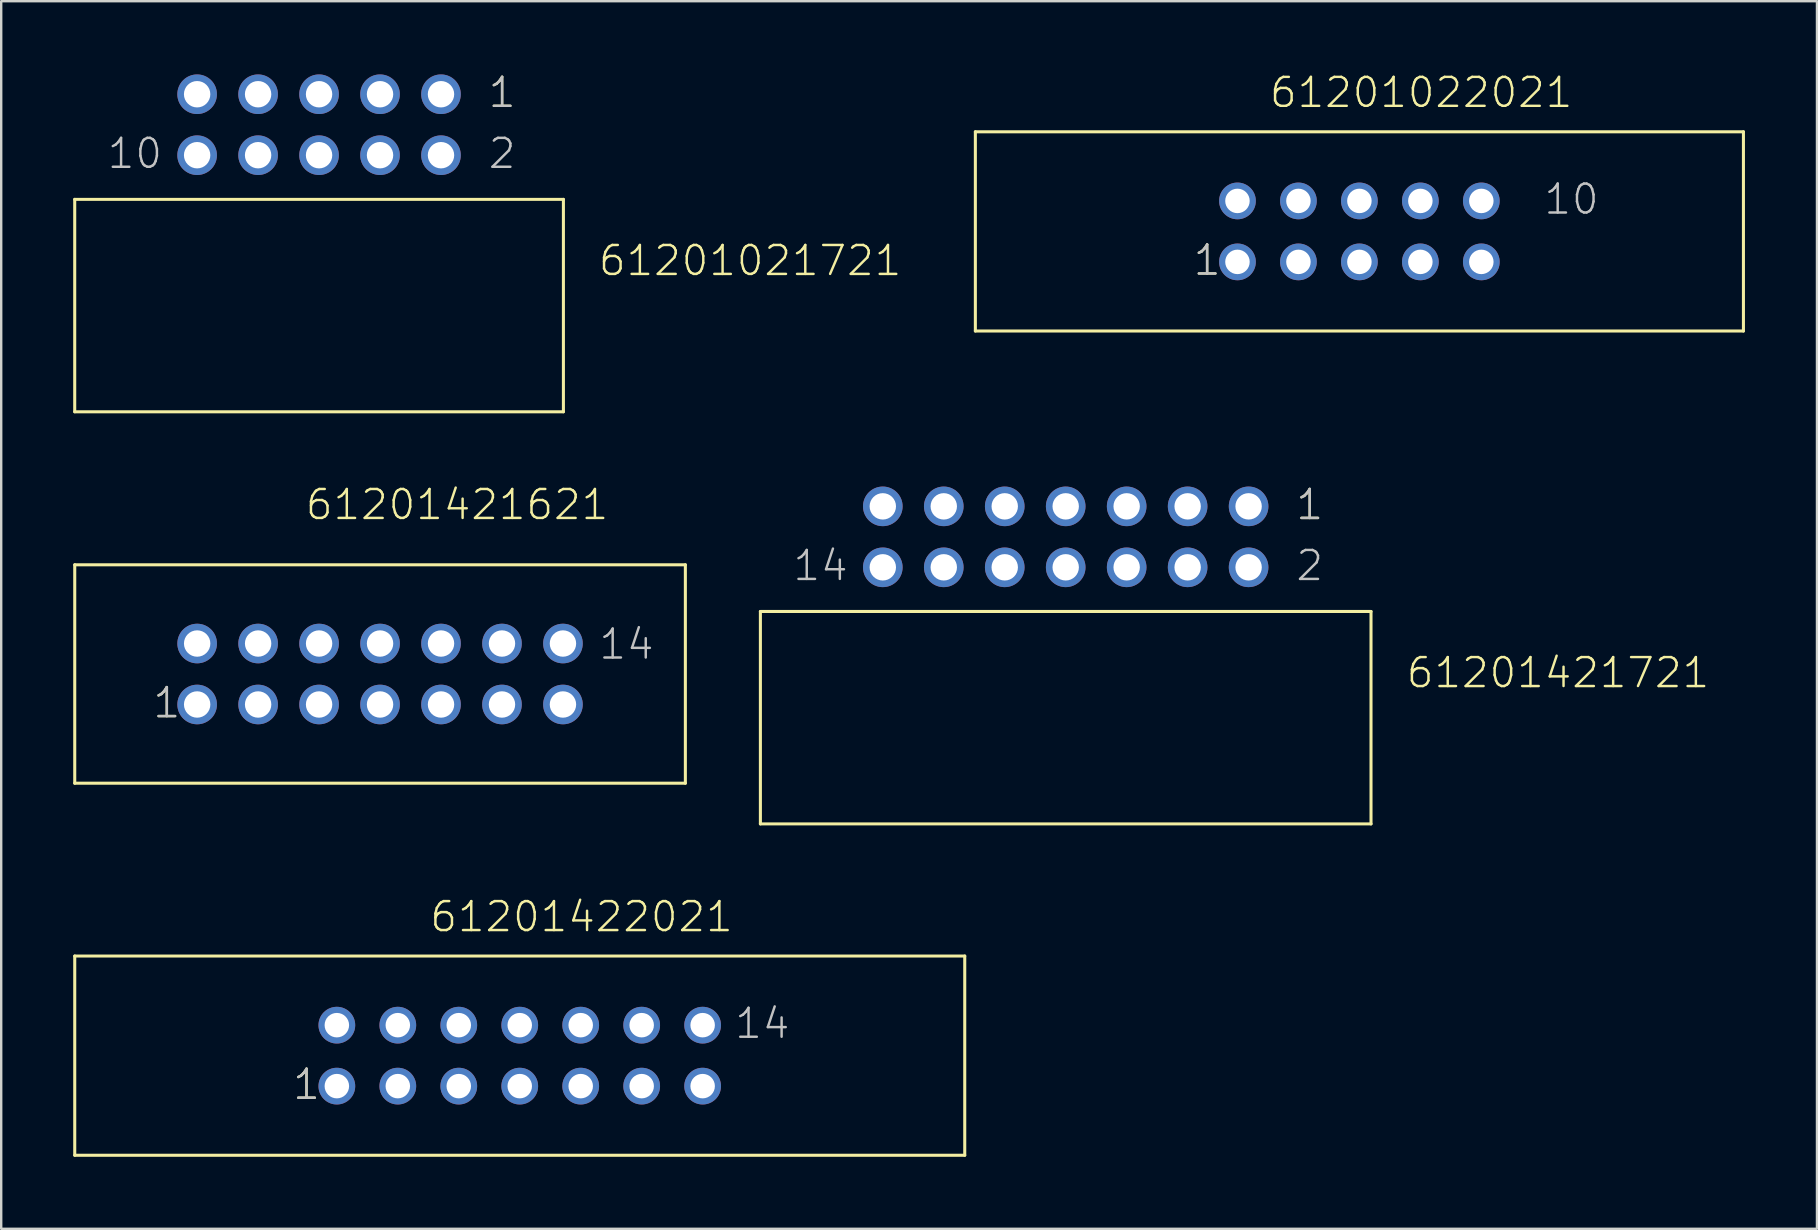
<source format=kicad_pcb>
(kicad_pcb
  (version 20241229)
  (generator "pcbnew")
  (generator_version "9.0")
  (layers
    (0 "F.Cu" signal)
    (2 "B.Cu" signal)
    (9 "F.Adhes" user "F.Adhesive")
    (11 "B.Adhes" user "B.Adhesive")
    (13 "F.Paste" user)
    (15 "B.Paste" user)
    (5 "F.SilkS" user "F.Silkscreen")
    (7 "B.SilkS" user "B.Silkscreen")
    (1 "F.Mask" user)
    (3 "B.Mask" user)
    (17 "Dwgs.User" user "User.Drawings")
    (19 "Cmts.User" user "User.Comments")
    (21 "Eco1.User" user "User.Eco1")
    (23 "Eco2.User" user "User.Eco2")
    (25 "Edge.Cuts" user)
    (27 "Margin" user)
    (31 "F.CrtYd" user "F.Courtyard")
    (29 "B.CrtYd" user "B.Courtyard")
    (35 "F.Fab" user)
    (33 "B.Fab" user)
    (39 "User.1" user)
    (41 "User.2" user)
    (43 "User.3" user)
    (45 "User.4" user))
  (footprint "61201022021"
    (layer "F.Cu")
    (at 53.586 6.591)
    (property "Reference" "61201022021" (at -3.81 -5.08 0) (layer "F.SilkS") (effects (font (size 1.206 1.206) (thickness 0.102)) (justify left bottom)))
    (attr through_hole)
    (fp_line (start -16 -4.15) (end 16 -4.15) (stroke (width 0.127) (type solid)) (layer "F.SilkS"))
    (fp_line (start -16 4.15) (end -16 -4.15) (stroke (width 0.127) (type solid)) (layer "F.SilkS"))
    (fp_line (start 16 -4.15) (end 16 4.15) (stroke (width 0.127) (type solid)) (layer "F.SilkS"))
    (fp_line (start 16 4.15) (end -16 4.15) (stroke (width 0.127) (type solid)) (layer "F.SilkS"))
    (fp_text user "1" (at -6.985 1.905 0) (layer "F.SilkS") (effects (font (size 1.206 1.206) (thickness 0.102)) (justify left bottom)))
    (fp_text user "10" (at 7.62 -0.635 0) (layer "Dwgs.User") (effects (font (size 1.206 1.206) (thickness 0.102)) (justify left bottom)))
    (fp_text user "1" (at -6.985 1.905 0) (layer "Dwgs.User") (effects (font (size 1.206 1.206) (thickness 0.102)) (justify left bottom)))
    (pad "1" thru_hole circle (at -5.08 1.27 180) (size 1.53 1.53) (drill 1.02) (layers "*.Cu" "*.Mask"))
    (pad "2" thru_hole circle (at -5.08 -1.27 180) (size 1.53 1.53) (drill 1.02) (layers "*.Cu" "*.Mask"))
    (pad "3" thru_hole circle (at -2.54 1.27 180) (size 1.53 1.53) (drill 1.02) (layers "*.Cu" "*.Mask"))
    (pad "4" thru_hole circle (at -2.54 -1.27 180) (size 1.53 1.53) (drill 1.02) (layers "*.Cu" "*.Mask"))
    (pad "5" thru_hole circle (at 0 1.27 180) (size 1.53 1.53) (drill 1.02) (layers "*.Cu" "*.Mask"))
    (pad "6" thru_hole circle (at 0 -1.27 180) (size 1.53 1.53) (drill 1.02) (layers "*.Cu" "*.Mask"))
    (pad "7" thru_hole circle (at 2.54 1.27 180) (size 1.53 1.53) (drill 1.02) (layers "*.Cu" "*.Mask"))
    (pad "8" thru_hole circle (at 2.54 -1.27 180) (size 1.53 1.53) (drill 1.02) (layers "*.Cu" "*.Mask"))
    (pad "9" thru_hole circle (at 5.08 1.27 180) (size 1.53 1.53) (drill 1.02) (layers "*.Cu" "*.Mask"))
    (pad "10" thru_hole circle (at 5.08 -1.27 180) (size 1.53 1.53) (drill 1.02) (layers "*.Cu" "*.Mask")))
  (footprint "61201422021"
    (layer "F.Cu")
    (at 18.604 40.931)
    (property "Reference" "61201422021" (at -3.81 -5.08 0) (layer "F.SilkS") (effects (font (size 1.206 1.206) (thickness 0.102)) (justify left bottom)))
    (attr through_hole)
    (fp_line (start -18.54 -4.15) (end 18.54 -4.15) (stroke (width 0.127) (type solid)) (layer "F.SilkS"))
    (fp_line (start -18.54 4.15) (end -18.54 -4.15) (stroke (width 0.127) (type solid)) (layer "F.SilkS"))
    (fp_line (start 18.54 -4.15) (end 18.54 4.15) (stroke (width 0.127) (type solid)) (layer "F.SilkS"))
    (fp_line (start 18.54 4.15) (end -18.54 4.15) (stroke (width 0.127) (type solid)) (layer "F.SilkS"))
    (fp_text user "1" (at -9.525 1.905 0) (layer "F.SilkS") (effects (font (size 1.206 1.206) (thickness 0.102)) (justify left bottom)))
    (fp_text user "1" (at -9.525 1.905 0) (layer "Dwgs.User") (effects (font (size 1.206 1.206) (thickness 0.102)) (justify left bottom)))
    (fp_text user "14" (at 8.89 -0.635 0) (layer "Dwgs.User") (effects (font (size 1.206 1.206) (thickness 0.102)) (justify left bottom)))
    (pad "1" thru_hole circle (at -7.62 1.27 180) (size 1.53 1.53) (drill 1.02) (layers "*.Cu" "*.Mask"))
    (pad "2" thru_hole circle (at -7.62 -1.27 180) (size 1.53 1.53) (drill 1.02) (layers "*.Cu" "*.Mask"))
    (pad "3" thru_hole circle (at -5.08 1.27 180) (size 1.53 1.53) (drill 1.02) (layers "*.Cu" "*.Mask"))
    (pad "4" thru_hole circle (at -5.08 -1.27 180) (size 1.53 1.53) (drill 1.02) (layers "*.Cu" "*.Mask"))
    (pad "5" thru_hole circle (at -2.54 1.27 180) (size 1.53 1.53) (drill 1.02) (layers "*.Cu" "*.Mask"))
    (pad "6" thru_hole circle (at -2.54 -1.27 180) (size 1.53 1.53) (drill 1.02) (layers "*.Cu" "*.Mask"))
    (pad "7" thru_hole circle (at 0 1.27 180) (size 1.53 1.53) (drill 1.02) (layers "*.Cu" "*.Mask"))
    (pad "8" thru_hole circle (at 0 -1.27 180) (size 1.53 1.53) (drill 1.02) (layers "*.Cu" "*.Mask"))
    (pad "9" thru_hole circle (at 2.54 1.27 180) (size 1.53 1.53) (drill 1.02) (layers "*.Cu" "*.Mask"))
    (pad "10" thru_hole circle (at 2.54 -1.27 180) (size 1.53 1.53) (drill 1.02) (layers "*.Cu" "*.Mask"))
    (pad "11" thru_hole circle (at 5.08 1.27 180) (size 1.53 1.53) (drill 1.02) (layers "*.Cu" "*.Mask"))
    (pad "12" thru_hole circle (at 5.08 -1.27 180) (size 1.53 1.53) (drill 1.02) (layers "*.Cu" "*.Mask"))
    (pad "13" thru_hole circle (at 7.62 1.27 180) (size 1.53 1.53) (drill 1.02) (layers "*.Cu" "*.Mask"))
    (pad "14" thru_hole circle (at 7.62 -1.27 180) (size 1.53 1.53) (drill 1.02) (layers "*.Cu" "*.Mask")))
  (footprint "61201021721"
    (layer "F.Cu")
    (at 10.243 2.146)
    (property "Reference" "61201021721" (at 11.576 6.368 0) (layer "F.SilkS") (effects (font (size 1.206 1.206) (thickness 0.102)) (justify left bottom)))
    (attr through_hole)
    (fp_line (start -10.18 3.11) (end 10.18 3.11) (stroke (width 0.127) (type solid)) (layer "F.SilkS"))
    (fp_line (start -10.18 11.96) (end -10.18 3.11) (stroke (width 0.127) (type solid)) (layer "F.SilkS"))
    (fp_line (start 10.18 3.11) (end 10.18 11.96) (stroke (width 0.127) (type solid)) (layer "F.SilkS"))
    (fp_line (start 10.18 11.96) (end -10.18 11.96) (stroke (width 0.127) (type solid)) (layer "F.SilkS"))
    (fp_text user "1" (at 6.985 -0.635 0) (layer "F.SilkS") (effects (font (size 1.206 1.206) (thickness 0.102)) (justify left bottom)))
    (fp_text user "2" (at 6.985 1.905 0) (layer "Dwgs.User") (effects (font (size 1.206 1.206) (thickness 0.102)) (justify left bottom)))
    (fp_text user "10" (at -8.89 1.905 0) (layer "Dwgs.User") (effects (font (size 1.206 1.206) (thickness 0.102)) (justify left bottom)))
    (fp_text user "1" (at 6.985 -0.635 0) (layer "Dwgs.User") (effects (font (size 1.206 1.206) (thickness 0.102)) (justify left bottom)))
    (pad "1" thru_hole circle (at 5.08 -1.27) (size 1.65 1.65) (drill 1.1) (layers "*.Cu" "*.Mask"))
    (pad "2" thru_hole circle (at 5.08 1.27) (size 1.65 1.65) (drill 1.1) (layers "*.Cu" "*.Mask"))
    (pad "3" thru_hole circle (at 2.54 -1.27) (size 1.65 1.65) (drill 1.1) (layers "*.Cu" "*.Mask"))
    (pad "4" thru_hole circle (at 2.54 1.27) (size 1.65 1.65) (drill 1.1) (layers "*.Cu" "*.Mask"))
    (pad "5" thru_hole circle (at 0 -1.27) (size 1.65 1.65) (drill 1.1) (layers "*.Cu" "*.Mask"))
    (pad "6" thru_hole circle (at 0 1.27) (size 1.65 1.65) (drill 1.1) (layers "*.Cu" "*.Mask"))
    (pad "7" thru_hole circle (at -2.54 -1.27) (size 1.65 1.65) (drill 1.1) (layers "*.Cu" "*.Mask"))
    (pad "8" thru_hole circle (at -2.54 1.27) (size 1.65 1.65) (drill 1.1) (layers "*.Cu" "*.Mask"))
    (pad "9" thru_hole circle (at -5.08 -1.27) (size 1.65 1.65) (drill 1.1) (layers "*.Cu" "*.Mask"))
    (pad "10" thru_hole circle (at -5.08 1.27) (size 1.65 1.65) (drill 1.1) (layers "*.Cu" "*.Mask")))
  (footprint "61201421621"
    (layer "F.Cu")
    (at 12.784 25.031)
    (property "Reference" "61201421621" (at -3.175 -6.35 0) (layer "F.SilkS") (effects (font (size 1.206 1.206) (thickness 0.102)) (justify left bottom)))
    (attr through_hole)
    (fp_line (start -12.72 -4.55) (end 12.72 -4.55) (stroke (width 0.127) (type solid)) (layer "F.SilkS"))
    (fp_line (start -12.72 4.55) (end -12.72 -4.55) (stroke (width 0.127) (type solid)) (layer "F.SilkS"))
    (fp_line (start 12.72 -4.55) (end 12.72 4.55) (stroke (width 0.127) (type solid)) (layer "F.SilkS"))
    (fp_line (start 12.72 4.55) (end -12.72 4.55) (stroke (width 0.127) (type solid)) (layer "F.SilkS"))
    (fp_text user "1" (at -9.525 1.905 0) (layer "F.SilkS") (effects (font (size 1.206 1.206) (thickness 0.102)) (justify left bottom)))
    (fp_text user "1" (at -9.525 1.905 0) (layer "Dwgs.User") (effects (font (size 1.206 1.206) (thickness 0.102)) (justify left bottom)))
    (fp_text user "14" (at 9.05 -0.535 0) (layer "Dwgs.User") (effects (font (size 1.206 1.206) (thickness 0.102)) (justify left bottom)))
    (pad "1" thru_hole circle (at -7.62 1.27) (size 1.65 1.65) (drill 1.1) (layers "*.Cu" "*.Mask"))
    (pad "2" thru_hole circle (at -7.62 -1.27) (size 1.65 1.65) (drill 1.1) (layers "*.Cu" "*.Mask"))
    (pad "3" thru_hole circle (at -5.08 1.27) (size 1.65 1.65) (drill 1.1) (layers "*.Cu" "*.Mask"))
    (pad "4" thru_hole circle (at -5.08 -1.27) (size 1.65 1.65) (drill 1.1) (layers "*.Cu" "*.Mask"))
    (pad "5" thru_hole circle (at -2.54 1.27) (size 1.65 1.65) (drill 1.1) (layers "*.Cu" "*.Mask"))
    (pad "6" thru_hole circle (at -2.54 -1.27) (size 1.65 1.65) (drill 1.1) (layers "*.Cu" "*.Mask"))
    (pad "7" thru_hole circle (at 0 1.27) (size 1.65 1.65) (drill 1.1) (layers "*.Cu" "*.Mask"))
    (pad "8" thru_hole circle (at 0 -1.27) (size 1.65 1.65) (drill 1.1) (layers "*.Cu" "*.Mask"))
    (pad "9" thru_hole circle (at 2.54 1.27) (size 1.65 1.65) (drill 1.1) (layers "*.Cu" "*.Mask"))
    (pad "10" thru_hole circle (at 2.54 -1.27) (size 1.65 1.65) (drill 1.1) (layers "*.Cu" "*.Mask"))
    (pad "11" thru_hole circle (at 5.08 1.27) (size 1.65 1.65) (drill 1.1) (layers "*.Cu" "*.Mask"))
    (pad "12" thru_hole circle (at 5.08 -1.27) (size 1.65 1.65) (drill 1.1) (layers "*.Cu" "*.Mask"))
    (pad "13" thru_hole circle (at 7.62 1.27) (size 1.65 1.65) (drill 1.1) (layers "*.Cu" "*.Mask"))
    (pad "14" thru_hole circle (at 7.62 -1.27) (size 1.65 1.65) (drill 1.1) (layers "*.Cu" "*.Mask")))
  (footprint "61201421721"
    (layer "F.Cu")
    (at 41.35 19.316)
    (property "Reference" "61201421721" (at 14.127 6.368 0) (layer "F.SilkS") (effects (font (size 1.206 1.206) (thickness 0.102)) (justify left bottom)))
    (attr through_hole)
    (fp_line (start -12.72 3.11) (end 12.72 3.11) (stroke (width 0.127) (type solid)) (layer "F.SilkS"))
    (fp_line (start -12.72 11.96) (end -12.72 3.11) (stroke (width 0.127) (type solid)) (layer "F.SilkS"))
    (fp_line (start 12.72 3.11) (end 12.72 11.96) (stroke (width 0.127) (type solid)) (layer "F.SilkS"))
    (fp_line (start 12.72 11.96) (end -12.72 11.96) (stroke (width 0.127) (type solid)) (layer "F.SilkS"))
    (fp_text user "1" (at 9.525 -0.635 0) (layer "F.SilkS") (effects (font (size 1.206 1.206) (thickness 0.102)) (justify left bottom)))
    (fp_text user "2" (at 9.525 1.905 0) (layer "Dwgs.User") (effects (font (size 1.206 1.206) (thickness 0.102)) (justify left bottom)))
    (fp_text user "1" (at 9.525 -0.635 0) (layer "Dwgs.User") (effects (font (size 1.206 1.206) (thickness 0.102)) (justify left bottom)))
    (fp_text user "14" (at -11.43 1.905 0) (layer "Dwgs.User") (effects (font (size 1.206 1.206) (thickness 0.102)) (justify left bottom)))
    (pad "1" thru_hole circle (at 7.62 -1.27) (size 1.65 1.65) (drill 1.1) (layers "*.Cu" "*.Mask"))
    (pad "2" thru_hole circle (at 7.62 1.27) (size 1.65 1.65) (drill 1.1) (layers "*.Cu" "*.Mask"))
    (pad "3" thru_hole circle (at 5.08 -1.27) (size 1.65 1.65) (drill 1.1) (layers "*.Cu" "*.Mask"))
    (pad "4" thru_hole circle (at 5.08 1.27) (size 1.65 1.65) (drill 1.1) (layers "*.Cu" "*.Mask"))
    (pad "5" thru_hole circle (at 2.54 -1.27) (size 1.65 1.65) (drill 1.1) (layers "*.Cu" "*.Mask"))
    (pad "6" thru_hole circle (at 2.54 1.27) (size 1.65 1.65) (drill 1.1) (layers "*.Cu" "*.Mask"))
    (pad "7" thru_hole circle (at 0 -1.27) (size 1.65 1.65) (drill 1.1) (layers "*.Cu" "*.Mask"))
    (pad "8" thru_hole circle (at 0 1.27) (size 1.65 1.65) (drill 1.1) (layers "*.Cu" "*.Mask"))
    (pad "9" thru_hole circle (at -2.54 -1.27) (size 1.65 1.65) (drill 1.1) (layers "*.Cu" "*.Mask"))
    (pad "10" thru_hole circle (at -2.54 1.27) (size 1.65 1.65) (drill 1.1) (layers "*.Cu" "*.Mask"))
    (pad "11" thru_hole circle (at -5.08 -1.27) (size 1.65 1.65) (drill 1.1) (layers "*.Cu" "*.Mask"))
    (pad "12" thru_hole circle (at -5.08 1.27) (size 1.65 1.65) (drill 1.1) (layers "*.Cu" "*.Mask"))
    (pad "13" thru_hole circle (at -7.62 -1.27) (size 1.65 1.65) (drill 1.1) (layers "*.Cu" "*.Mask"))
    (pad "14" thru_hole circle (at -7.62 1.27) (size 1.65 1.65) (drill 1.1) (layers "*.Cu" "*.Mask")))
  (gr_rect
    (start -3 -3)
    (end 72.65 48.144)
    (stroke (width 0.1) (type default))
    (fill no)
    (layer "Edge.Cuts")))
</source>
